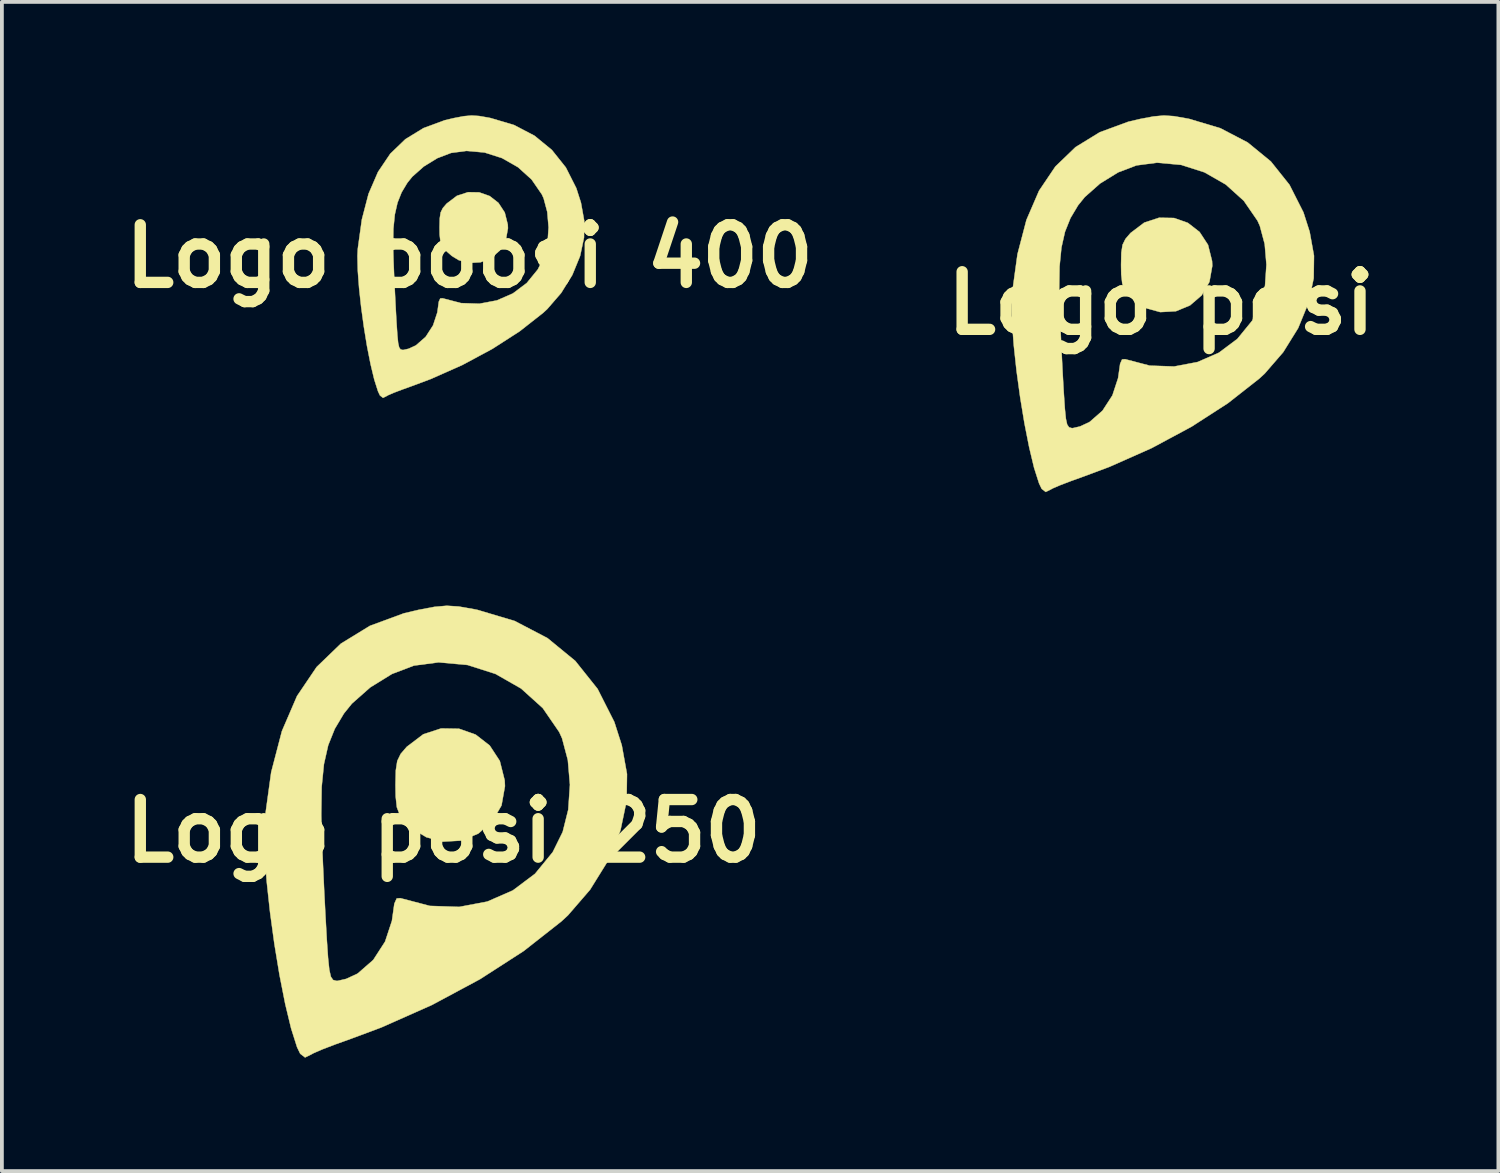
<source format=kicad_pcb>
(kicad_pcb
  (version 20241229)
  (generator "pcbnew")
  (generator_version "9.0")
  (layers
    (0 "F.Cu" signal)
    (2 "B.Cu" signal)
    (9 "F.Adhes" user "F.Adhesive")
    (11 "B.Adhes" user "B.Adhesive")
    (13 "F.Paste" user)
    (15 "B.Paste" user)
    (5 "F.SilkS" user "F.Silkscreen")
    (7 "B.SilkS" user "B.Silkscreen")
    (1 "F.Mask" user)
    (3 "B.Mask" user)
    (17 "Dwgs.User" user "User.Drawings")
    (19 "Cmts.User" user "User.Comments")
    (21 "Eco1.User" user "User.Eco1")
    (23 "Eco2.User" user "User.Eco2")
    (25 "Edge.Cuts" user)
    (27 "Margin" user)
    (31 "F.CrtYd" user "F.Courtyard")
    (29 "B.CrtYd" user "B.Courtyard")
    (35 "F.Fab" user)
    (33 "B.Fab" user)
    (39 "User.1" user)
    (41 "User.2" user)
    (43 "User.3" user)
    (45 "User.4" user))
  (footprint "Logo posi"
    (layer "F.Cu")
    (at 27.66 4.972)
    (property "Reference" "Logo posi" (at 0 0 0) (layer "F.SilkS") (effects (font (size 1.524 1.524) (thickness 0.3))))
    (attr through_hole)
    (fp_poly (pts (xy 0.343 -2.256) (xy 0.709 -2.127) (xy 1.019 -1.886) (xy 1.242 -1.546) (xy 1.349 -1.118) (xy 1.355 -0.99) (xy 1.279 -0.565) (xy 1.073 -0.209) (xy 0.766 0.055) (xy 0.392 0.21) (xy -0.021 0.233) (xy -0.381 0.134) (xy -0.62 -0.011) (xy -0.843 -0.204) (xy -0.847 -0.208) (xy -0.963 -0.357) (xy -1.027 -0.524) (xy -1.054 -0.765) (xy -1.058 -1.017) (xy -1.051 -1.338) (xy -1.019 -1.547) (xy -0.943 -1.701) (xy -0.808 -1.859) (xy -0.808 -1.859) (xy -0.445 -2.134) (xy -0.052 -2.263) (xy 0.343 -2.256)) (stroke (width 0.01) (type solid)) (fill yes) (layer "F.SilkS"))
    (fp_poly (pts (xy 0.336 -4.95) (xy 0.673 -4.891) (xy 0.745 -4.877) (xy 1.57 -4.63) (xy 2.292 -4.253) (xy 2.904 -3.752) (xy 3.397 -3.134) (xy 3.766 -2.405) (xy 3.93 -1.893) (xy 4.045 -1.257) (xy 4.037 -0.663) (xy 3.905 -0.035) (xy 3.893 0.004) (xy 3.626 0.657) (xy 3.231 1.293) (xy 2.744 1.856) (xy 2.597 1.992) (xy 1.768 2.643) (xy 0.807 3.263) (xy -0.251 3.831) (xy -1.368 4.327) (xy -2.032 4.575) (xy -2.38 4.7) (xy -2.67 4.811) (xy -2.863 4.894) (xy -2.917 4.924) (xy -3.051 4.99) (xy -3.158 4.907) (xy -3.227 4.763) (xy -3.359 4.35) (xy -3.489 3.807) (xy -3.614 3.173) (xy -3.727 2.486) (xy -3.823 1.786) (xy -3.896 1.11) (xy -3.942 0.497) (xy -3.953 -0.014) (xy -3.942 -0.254) (xy -3.928 -0.356) (xy -2.695 -0.356) (xy -2.68 0.169) (xy -2.657 0.721) (xy -2.63 1.303) (xy -2.602 1.855) (xy -2.576 2.314) (xy -2.571 2.392) (xy -2.544 2.794) (xy -2.517 3.056) (xy -2.483 3.209) (xy -2.434 3.28) (xy -2.363 3.301) (xy -2.337 3.302) (xy -2.146 3.258) (xy -1.916 3.152) (xy -1.887 3.136) (xy -1.549 2.84) (xy -1.287 2.436) (xy -1.137 1.98) (xy -1.119 1.856) (xy -1.083 1.601) (xy -1.032 1.485) (xy -0.952 1.478) (xy -0.3 1.649) (xy 0.347 1.671) (xy 0.964 1.554) (xy 1.529 1.307) (xy 2.018 0.941) (xy 2.407 0.464) (xy 2.628 0.019) (xy 2.75 -0.472) (xy 2.787 -1.021) (xy 2.741 -1.567) (xy 2.613 -2.046) (xy 2.551 -2.184) (xy 2.188 -2.711) (xy 1.71 -3.142) (xy 1.147 -3.464) (xy 0.531 -3.661) (xy -0.108 -3.719) (xy -0.651 -3.647) (xy -1.135 -3.463) (xy -1.612 -3.169) (xy -2.018 -2.81) (xy -2.195 -2.591) (xy -2.396 -2.254) (xy -2.541 -1.892) (xy -2.635 -1.475) (xy -2.685 -0.973) (xy -2.695 -0.356) (xy -3.928 -0.356) (xy -3.798 -1.299) (xy -3.561 -2.205) (xy -3.228 -2.976) (xy -2.796 -3.617) (xy -2.262 -4.131) (xy -1.622 -4.524) (xy -0.873 -4.8) (xy -0.556 -4.875) (xy -0.2 -4.942) (xy 0.072 -4.967) (xy 0.336 -4.95)) (stroke (width 0.01) (type solid)) (fill yes) (layer "F.SilkS")))
  (footprint "Logo posi 250"
    (layer "F.Cu")
    (at 8.68 18.932)
    (property "Reference" "Logo posi 250" (at 0 0 0) (layer "F.SilkS") (effects (font (size 1.524 1.524) (thickness 0.3))))
    (attr through_hole)
    (fp_poly (pts (xy 0.411 -2.707) (xy 0.851 -2.552) (xy 1.223 -2.263) (xy 1.49 -1.855) (xy 1.619 -1.341) (xy 1.626 -1.188) (xy 1.535 -0.678) (xy 1.287 -0.251) (xy 0.92 0.067) (xy 0.47 0.252) (xy -0.025 0.28) (xy -0.457 0.161) (xy -0.744 -0.013) (xy -1.011 -0.244) (xy -1.016 -0.249) (xy -1.156 -0.429) (xy -1.233 -0.629) (xy -1.265 -0.917) (xy -1.27 -1.221) (xy -1.261 -1.605) (xy -1.222 -1.856) (xy -1.132 -2.042) (xy -0.97 -2.231) (xy -0.969 -2.231) (xy -0.534 -2.561) (xy -0.062 -2.715) (xy 0.411 -2.707)) (stroke (width 0.01) (type solid)) (fill yes) (layer "F.SilkS"))
    (fp_poly (pts (xy 0.404 -5.94) (xy 0.808 -5.869) (xy 0.894 -5.852) (xy 1.884 -5.557) (xy 2.751 -5.104) (xy 3.485 -4.502) (xy 4.077 -3.76) (xy 4.519 -2.886) (xy 4.716 -2.271) (xy 4.854 -1.509) (xy 4.844 -0.796) (xy 4.686 -0.041) (xy 4.672 0.005) (xy 4.351 0.788) (xy 3.877 1.551) (xy 3.293 2.227) (xy 3.117 2.39) (xy 2.122 3.172) (xy 0.968 3.916) (xy -0.301 4.597) (xy -1.642 5.193) (xy -2.438 5.49) (xy -2.857 5.64) (xy -3.204 5.773) (xy -3.435 5.873) (xy -3.5 5.909) (xy -3.661 5.988) (xy -3.79 5.888) (xy -3.873 5.715) (xy -4.03 5.22) (xy -4.187 4.569) (xy -4.337 3.808) (xy -4.473 2.984) (xy -4.588 2.143) (xy -4.676 1.332) (xy -4.73 0.596) (xy -4.744 -0.016) (xy -4.73 -0.305) (xy -4.713 -0.427) (xy -3.233 -0.427) (xy -3.216 0.203) (xy -3.188 0.865) (xy -3.156 1.564) (xy -3.122 2.227) (xy -3.091 2.777) (xy -3.086 2.87) (xy -3.053 3.353) (xy -3.02 3.668) (xy -2.979 3.85) (xy -2.921 3.937) (xy -2.835 3.961) (xy -2.804 3.962) (xy -2.576 3.91) (xy -2.299 3.783) (xy -2.265 3.763) (xy -1.858 3.408) (xy -1.545 2.924) (xy -1.364 2.376) (xy -1.343 2.227) (xy -1.3 1.921) (xy -1.238 1.782) (xy -1.142 1.774) (xy -0.36 1.979) (xy 0.416 2.005) (xy 1.157 1.865) (xy 1.835 1.569) (xy 2.421 1.129) (xy 2.889 0.557) (xy 3.153 0.022) (xy 3.3 -0.566) (xy 3.345 -1.226) (xy 3.289 -1.88) (xy 3.136 -2.455) (xy 3.061 -2.62) (xy 2.626 -3.253) (xy 2.052 -3.771) (xy 1.376 -4.157) (xy 0.637 -4.393) (xy -0.129 -4.463) (xy -0.781 -4.377) (xy -1.362 -4.156) (xy -1.934 -3.803) (xy -2.422 -3.372) (xy -2.634 -3.109) (xy -2.875 -2.705) (xy -3.049 -2.271) (xy -3.162 -1.771) (xy -3.222 -1.168) (xy -3.233 -0.427) (xy -4.713 -0.427) (xy -4.557 -1.559) (xy -4.273 -2.646) (xy -3.874 -3.572) (xy -3.355 -4.34) (xy -2.714 -4.958) (xy -1.946 -5.429) (xy -1.048 -5.76) (xy -0.667 -5.85) (xy -0.24 -5.931) (xy 0.086 -5.96) (xy 0.404 -5.94)) (stroke (width 0.01) (type solid)) (fill yes) (layer "F.SilkS")))
  (footprint "Logo poosi 400"
    (layer "F.Cu")
    (at 9.369 3.73)
    (property "Reference" "Logo poosi 400" (at 0 0 0) (layer "F.SilkS") (effects (font (size 1.524 1.524) (thickness 0.3))))
    (attr through_hole)
    (fp_poly (pts (xy 0.257 -1.692) (xy 0.532 -1.595) (xy 0.764 -1.415) (xy 0.932 -1.159) (xy 1.012 -0.838) (xy 1.016 -0.743) (xy 0.959 -0.423) (xy 0.804 -0.157) (xy 0.575 0.042) (xy 0.294 0.157) (xy -0.016 0.175) (xy -0.286 0.101) (xy -0.465 -0.008) (xy -0.632 -0.153) (xy -0.635 -0.156) (xy -0.722 -0.268) (xy -0.77 -0.393) (xy -0.791 -0.573) (xy -0.794 -0.763) (xy -0.788 -1.003) (xy -0.764 -1.16) (xy -0.707 -1.276) (xy -0.606 -1.394) (xy -0.606 -1.394) (xy -0.334 -1.601) (xy -0.039 -1.697) (xy 0.257 -1.692)) (stroke (width 0.01) (type solid)) (fill yes) (layer "F.SilkS"))
    (fp_poly (pts (xy 0.252 -3.712) (xy 0.505 -3.668) (xy 0.559 -3.657) (xy 1.178 -3.473) (xy 1.719 -3.19) (xy 2.178 -2.814) (xy 2.548 -2.35) (xy 2.824 -1.804) (xy 2.947 -1.42) (xy 3.033 -0.943) (xy 3.028 -0.497) (xy 2.929 -0.026) (xy 2.92 0.003) (xy 2.719 0.493) (xy 2.423 0.97) (xy 2.058 1.392) (xy 1.948 1.494) (xy 1.326 1.983) (xy 0.605 2.447) (xy -0.188 2.873) (xy -1.026 3.245) (xy -1.524 3.431) (xy -1.785 3.525) (xy -2.003 3.608) (xy -2.147 3.67) (xy -2.188 3.693) (xy -2.288 3.743) (xy -2.369 3.68) (xy -2.42 3.572) (xy -2.519 3.262) (xy -2.617 2.855) (xy -2.711 2.38) (xy -2.795 1.865) (xy -2.867 1.339) (xy -2.922 0.832) (xy -2.956 0.373) (xy -2.965 -0.01) (xy -2.956 -0.191) (xy -2.946 -0.267) (xy -2.021 -0.267) (xy -2.01 0.127) (xy -1.993 0.54) (xy -1.972 0.978) (xy -1.951 1.392) (xy -1.932 1.735) (xy -1.928 1.794) (xy -1.908 2.095) (xy -1.888 2.292) (xy -1.862 2.407) (xy -1.826 2.46) (xy -1.772 2.476) (xy -1.752 2.476) (xy -1.61 2.444) (xy -1.437 2.364) (xy -1.415 2.352) (xy -1.161 2.13) (xy -0.965 1.827) (xy -0.852 1.485) (xy -0.839 1.392) (xy -0.813 1.2) (xy -0.774 1.114) (xy -0.714 1.109) (xy -0.225 1.237) (xy 0.26 1.253) (xy 0.723 1.166) (xy 1.147 0.981) (xy 1.513 0.706) (xy 1.805 0.348) (xy 1.971 0.014) (xy 2.063 -0.354) (xy 2.091 -0.766) (xy 2.056 -1.175) (xy 1.96 -1.534) (xy 1.913 -1.638) (xy 1.641 -2.033) (xy 1.282 -2.357) (xy 0.86 -2.598) (xy 0.398 -2.746) (xy -0.081 -2.789) (xy -0.488 -2.735) (xy -0.851 -2.597) (xy -1.209 -2.377) (xy -1.514 -2.107) (xy -1.646 -1.943) (xy -1.797 -1.691) (xy -1.905 -1.419) (xy -1.976 -1.107) (xy -2.014 -0.73) (xy -2.021 -0.267) (xy -2.946 -0.267) (xy -2.848 -0.975) (xy -2.671 -1.654) (xy -2.421 -2.232) (xy -2.097 -2.713) (xy -1.696 -3.099) (xy -1.216 -3.393) (xy -0.655 -3.6) (xy -0.417 -3.656) (xy -0.15 -3.707) (xy 0.054 -3.725) (xy 0.252 -3.712)) (stroke (width 0.01) (type solid)) (fill yes) (layer "F.SilkS")))
  (gr_rect
    (start -3 -3)
    (end 36.582 27.925)
    (stroke (width 0.1) (type default))
    (fill no)
    (layer "Edge.Cuts")))
</source>
